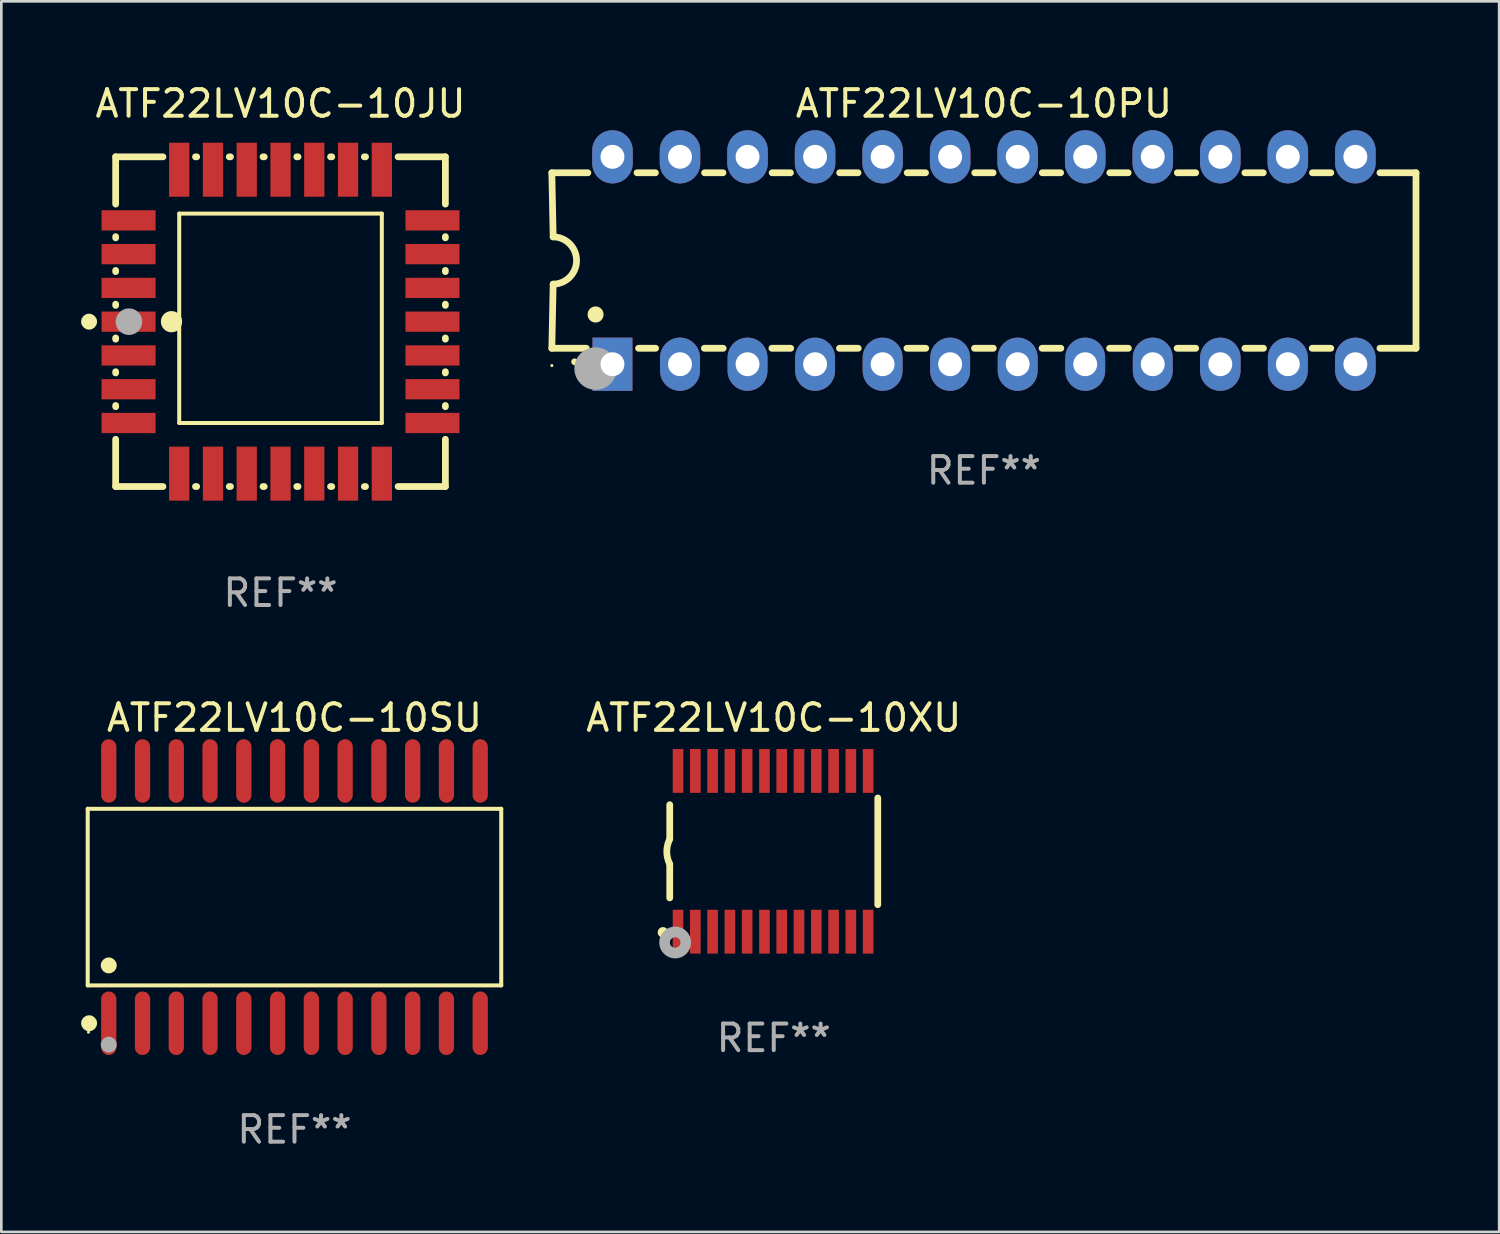
<source format=kicad_pcb>
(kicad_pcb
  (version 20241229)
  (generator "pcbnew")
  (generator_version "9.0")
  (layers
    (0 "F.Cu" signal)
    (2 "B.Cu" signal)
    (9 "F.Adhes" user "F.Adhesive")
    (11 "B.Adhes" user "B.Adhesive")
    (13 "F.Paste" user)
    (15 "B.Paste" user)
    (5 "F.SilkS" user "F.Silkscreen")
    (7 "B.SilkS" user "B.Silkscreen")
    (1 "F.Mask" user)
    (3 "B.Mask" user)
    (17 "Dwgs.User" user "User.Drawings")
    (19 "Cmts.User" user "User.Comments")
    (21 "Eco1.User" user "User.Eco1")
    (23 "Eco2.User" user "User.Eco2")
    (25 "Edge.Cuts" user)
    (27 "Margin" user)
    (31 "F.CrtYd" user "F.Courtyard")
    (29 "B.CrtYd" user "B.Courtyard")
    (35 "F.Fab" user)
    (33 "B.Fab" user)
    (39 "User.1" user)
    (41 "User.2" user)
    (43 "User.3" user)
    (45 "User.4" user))
  (footprint "ATF22LV10C-10SU"
    (layer "F.Cu")
    (at 8.025 30.689)
    (property "Reference" "ATF22LV10C-10SU" (at 0 -6.744 0) (layer "F.SilkS") (effects (font (size 1 1) (thickness 0.15))))
    (attr through_hole)
    (fp_line (start -7.776 -3.321) (end 7.776 -3.321) (stroke (width 0.152) (type solid)) (layer "F.SilkS"))
    (fp_line (start -7.776 3.321) (end -7.776 -3.321) (stroke (width 0.152) (type solid)) (layer "F.SilkS"))
    (fp_line (start 7.776 -3.321) (end 7.776 3.321) (stroke (width 0.152) (type solid)) (layer "F.SilkS"))
    (fp_line (start 7.776 3.321) (end -7.776 3.321) (stroke (width 0.152) (type solid)) (layer "F.SilkS"))
    (fp_circle (center -7.747 5.08) (end -7.717 5.08) (stroke (width 0.06) (type solid)) (fill no) (layer "F.SilkS"))
    (fp_circle (center -7.724 4.744) (end -7.574 4.744) (stroke (width 0.3) (type solid)) (fill no) (layer "F.SilkS"))
    (fp_circle (center -6.985 2.569) (end -6.835 2.569) (stroke (width 0.3) (type solid)) (fill no) (layer "F.SilkS"))
    (fp_circle (center -6.985 5.55) (end -6.835 5.55) (stroke (width 0.3) (type solid)) (fill no) (layer "F.Fab"))
    (fp_text user "REF**" (at 0 8.744 0) (layer "F.Fab") (effects (font (size 1 1) (thickness 0.15))))
    (pad "1" smd oval (at -6.985 4.744) (size 0.574 2.388) (layers "F.Cu" "F.Mask" "F.Paste"))
    (pad "2" smd oval (at -5.715 4.744) (size 0.574 2.388) (layers "F.Cu" "F.Mask" "F.Paste"))
    (pad "3" smd oval (at -4.445 4.744) (size 0.574 2.388) (layers "F.Cu" "F.Mask" "F.Paste"))
    (pad "4" smd oval (at -3.175 4.744) (size 0.574 2.388) (layers "F.Cu" "F.Mask" "F.Paste"))
    (pad "5" smd oval (at -1.905 4.744) (size 0.574 2.388) (layers "F.Cu" "F.Mask" "F.Paste"))
    (pad "6" smd oval (at -0.635 4.744) (size 0.574 2.388) (layers "F.Cu" "F.Mask" "F.Paste"))
    (pad "7" smd oval (at 0.635 4.744) (size 0.574 2.388) (layers "F.Cu" "F.Mask" "F.Paste"))
    (pad "8" smd oval (at 1.905 4.744) (size 0.574 2.388) (layers "F.Cu" "F.Mask" "F.Paste"))
    (pad "9" smd oval (at 3.175 4.744) (size 0.574 2.388) (layers "F.Cu" "F.Mask" "F.Paste"))
    (pad "10" smd oval (at 4.445 4.744) (size 0.574 2.388) (layers "F.Cu" "F.Mask" "F.Paste"))
    (pad "11" smd oval (at 5.715 4.744) (size 0.574 2.388) (layers "F.Cu" "F.Mask" "F.Paste"))
    (pad "12" smd oval (at 6.985 4.744) (size 0.574 2.388) (layers "F.Cu" "F.Mask" "F.Paste"))
    (pad "13" smd oval (at 6.985 -4.744) (size 0.574 2.388) (layers "F.Cu" "F.Mask" "F.Paste"))
    (pad "14" smd oval (at 5.715 -4.744) (size 0.574 2.388) (layers "F.Cu" "F.Mask" "F.Paste"))
    (pad "15" smd oval (at 4.445 -4.744) (size 0.574 2.388) (layers "F.Cu" "F.Mask" "F.Paste"))
    (pad "16" smd oval (at 3.175 -4.744) (size 0.574 2.388) (layers "F.Cu" "F.Mask" "F.Paste"))
    (pad "17" smd oval (at 1.905 -4.744) (size 0.574 2.388) (layers "F.Cu" "F.Mask" "F.Paste"))
    (pad "18" smd oval (at 0.635 -4.744) (size 0.574 2.388) (layers "F.Cu" "F.Mask" "F.Paste"))
    (pad "19" smd oval (at -0.635 -4.744) (size 0.574 2.388) (layers "F.Cu" "F.Mask" "F.Paste"))
    (pad "20" smd oval (at -1.905 -4.744) (size 0.574 2.388) (layers "F.Cu" "F.Mask" "F.Paste"))
    (pad "21" smd oval (at -3.175 -4.744) (size 0.574 2.388) (layers "F.Cu" "F.Mask" "F.Paste"))
    (pad "22" smd oval (at -4.445 -4.744) (size 0.574 2.388) (layers "F.Cu" "F.Mask" "F.Paste"))
    (pad "23" smd oval (at -5.715 -4.744) (size 0.574 2.388) (layers "F.Cu" "F.Mask" "F.Paste"))
    (pad "24" smd oval (at -6.985 -4.744) (size 0.574 2.388) (layers "F.Cu" "F.Mask" "F.Paste")))
  (footprint "ATF22LV10C-10JU"
    (layer "F.Cu")
    (at 7.5 9.048)
    (property "Reference" "ATF22LV10C-10JU" (at 0 -8.2 0) (layer "F.SilkS") (effects (font (size 1 1) (thickness 0.15))))
    (attr through_hole)
    (fp_line (start -6.2 -6.2) (end -4.422 -6.2) (stroke (width 0.254) (type solid)) (layer "F.SilkS"))
    (fp_line (start -6.2 -4.422) (end -6.2 -6.2) (stroke (width 0.254) (type solid)) (layer "F.SilkS"))
    (fp_line (start -6.2 -3.152) (end -6.2 -3.198) (stroke (width 0.254) (type solid)) (layer "F.SilkS"))
    (fp_line (start -6.2 -1.882) (end -6.2 -1.928) (stroke (width 0.254) (type solid)) (layer "F.SilkS"))
    (fp_line (start -6.2 -0.612) (end -6.2 -0.658) (stroke (width 0.254) (type solid)) (layer "F.SilkS"))
    (fp_line (start -6.2 0.658) (end -6.2 0.612) (stroke (width 0.254) (type solid)) (layer "F.SilkS"))
    (fp_line (start -6.2 1.928) (end -6.2 1.882) (stroke (width 0.254) (type solid)) (layer "F.SilkS"))
    (fp_line (start -6.2 3.198) (end -6.2 3.152) (stroke (width 0.254) (type solid)) (layer "F.SilkS"))
    (fp_line (start -6.2 6.2) (end -6.2 4.422) (stroke (width 0.254) (type solid)) (layer "F.SilkS"))
    (fp_line (start -4.422 6.2) (end -6.2 6.2) (stroke (width 0.254) (type solid)) (layer "F.SilkS"))
    (fp_line (start -3.81 -4.064) (end 3.81 -4.064) (stroke (width 0.15) (type solid)) (layer "F.SilkS"))
    (fp_line (start -3.81 3.81) (end -3.81 -4.064) (stroke (width 0.15) (type solid)) (layer "F.SilkS"))
    (fp_line (start -3.198 -6.2) (end -3.152 -6.2) (stroke (width 0.254) (type solid)) (layer "F.SilkS"))
    (fp_line (start -3.152 6.2) (end -3.198 6.2) (stroke (width 0.254) (type solid)) (layer "F.SilkS"))
    (fp_line (start -2.54 3.81) (end -3.81 3.81) (stroke (width 0.15) (type solid)) (layer "F.SilkS"))
    (fp_line (start -1.928 -6.2) (end -1.882 -6.2) (stroke (width 0.254) (type solid)) (layer "F.SilkS"))
    (fp_line (start -1.882 6.2) (end -1.928 6.2) (stroke (width 0.254) (type solid)) (layer "F.SilkS"))
    (fp_line (start -0.658 -6.2) (end -0.612 -6.2) (stroke (width 0.254) (type solid)) (layer "F.SilkS"))
    (fp_line (start -0.612 6.2) (end -0.658 6.2) (stroke (width 0.254) (type solid)) (layer "F.SilkS"))
    (fp_line (start 0.612 -6.2) (end 0.658 -6.2) (stroke (width 0.254) (type solid)) (layer "F.SilkS"))
    (fp_line (start 0.658 6.2) (end 0.612 6.2) (stroke (width 0.254) (type solid)) (layer "F.SilkS"))
    (fp_line (start 1.882 -6.2) (end 1.928 -6.2) (stroke (width 0.254) (type solid)) (layer "F.SilkS"))
    (fp_line (start 1.928 6.2) (end 1.882 6.2) (stroke (width 0.254) (type solid)) (layer "F.SilkS"))
    (fp_line (start 3.152 -6.2) (end 3.198 -6.2) (stroke (width 0.254) (type solid)) (layer "F.SilkS"))
    (fp_line (start 3.198 6.2) (end 3.152 6.2) (stroke (width 0.254) (type solid)) (layer "F.SilkS"))
    (fp_line (start 3.81 -4.064) (end 3.81 3.81) (stroke (width 0.15) (type solid)) (layer "F.SilkS"))
    (fp_line (start 3.81 3.81) (end -2.54 3.81) (stroke (width 0.15) (type solid)) (layer "F.SilkS"))
    (fp_line (start 4.422 -6.2) (end 6.2 -6.2) (stroke (width 0.254) (type solid)) (layer "F.SilkS"))
    (fp_line (start 6.2 -6.2) (end 6.2 -4.422) (stroke (width 0.254) (type solid)) (layer "F.SilkS"))
    (fp_line (start 6.2 -3.198) (end 6.2 -3.152) (stroke (width 0.254) (type solid)) (layer "F.SilkS"))
    (fp_line (start 6.2 -1.928) (end 6.2 -1.882) (stroke (width 0.254) (type solid)) (layer "F.SilkS"))
    (fp_line (start 6.2 -0.658) (end 6.2 -0.612) (stroke (width 0.254) (type solid)) (layer "F.SilkS"))
    (fp_line (start 6.2 0.612) (end 6.2 0.658) (stroke (width 0.254) (type solid)) (layer "F.SilkS"))
    (fp_line (start 6.2 1.882) (end 6.2 1.928) (stroke (width 0.254) (type solid)) (layer "F.SilkS"))
    (fp_line (start 6.2 3.152) (end 6.2 3.198) (stroke (width 0.254) (type solid)) (layer "F.SilkS"))
    (fp_line (start 6.2 4.422) (end 6.2 6.2) (stroke (width 0.254) (type solid)) (layer "F.SilkS"))
    (fp_line (start 6.2 6.2) (end 4.422 6.2) (stroke (width 0.254) (type solid)) (layer "F.SilkS"))
    (fp_circle (center -7.2 0) (end -7.05 0) (stroke (width 0.3) (type solid)) (fill no) (layer "F.SilkS"))
    (fp_circle (center -6.223 6.223) (end -6.193 6.223) (stroke (width 0.06) (type solid)) (fill no) (layer "F.SilkS"))
    (fp_circle (center -4.1 0) (end -3.9 0) (stroke (width 0.4) (type solid)) (fill no) (layer "F.SilkS"))
    (fp_circle (center -5.7 0) (end -5.45 0) (stroke (width 0.5) (type solid)) (fill no) (layer "F.Fab"))
    (fp_text user "REF**" (at 0 10.2 0) (layer "F.Fab") (effects (font (size 1 1) (thickness 0.15))))
    (pad "1" smd rect (at -5.715 0) (size 2.032 0.762) (layers "F.Cu" "F.Mask" "F.Paste"))
    (pad "2" smd rect (at -5.715 1.27) (size 2.032 0.762) (layers "F.Cu" "F.Mask" "F.Paste"))
    (pad "3" smd rect (at -5.715 2.54) (size 2.032 0.762) (layers "F.Cu" "F.Mask" "F.Paste"))
    (pad "4" smd rect (at -5.715 3.81) (size 2.032 0.762) (layers "F.Cu" "F.Mask" "F.Paste"))
    (pad "5" smd rect (at -3.81 5.715) (size 0.762 2.032) (layers "F.Cu" "F.Mask" "F.Paste"))
    (pad "6" smd rect (at -2.54 5.715) (size 0.762 2.032) (layers "F.Cu" "F.Mask" "F.Paste"))
    (pad "7" smd rect (at -1.27 5.715) (size 0.762 2.032) (layers "F.Cu" "F.Mask" "F.Paste"))
    (pad "8" smd rect (at 0 5.715) (size 0.762 2.032) (layers "F.Cu" "F.Mask" "F.Paste"))
    (pad "9" smd rect (at 1.27 5.715) (size 0.762 2.032) (layers "F.Cu" "F.Mask" "F.Paste"))
    (pad "10" smd rect (at 2.54 5.715) (size 0.762 2.032) (layers "F.Cu" "F.Mask" "F.Paste"))
    (pad "11" smd rect (at 3.81 5.715) (size 0.762 2.032) (layers "F.Cu" "F.Mask" "F.Paste"))
    (pad "12" smd rect (at 5.715 3.81) (size 2.032 0.762) (layers "F.Cu" "F.Mask" "F.Paste"))
    (pad "13" smd rect (at 5.715 2.54) (size 2.032 0.762) (layers "F.Cu" "F.Mask" "F.Paste"))
    (pad "14" smd rect (at 5.715 1.27) (size 2.032 0.762) (layers "F.Cu" "F.Mask" "F.Paste"))
    (pad "15" smd rect (at 5.715 0) (size 2.032 0.762) (layers "F.Cu" "F.Mask" "F.Paste"))
    (pad "16" smd rect (at 5.715 -1.27) (size 2.032 0.762) (layers "F.Cu" "F.Mask" "F.Paste"))
    (pad "17" smd rect (at 5.715 -2.54) (size 2.032 0.762) (layers "F.Cu" "F.Mask" "F.Paste"))
    (pad "18" smd rect (at 5.715 -3.81) (size 2.032 0.762) (layers "F.Cu" "F.Mask" "F.Paste"))
    (pad "19" smd rect (at 3.81 -5.715) (size 0.762 2.032) (layers "F.Cu" "F.Mask" "F.Paste"))
    (pad "20" smd rect (at 2.54 -5.715) (size 0.762 2.032) (layers "F.Cu" "F.Mask" "F.Paste"))
    (pad "21" smd rect (at 1.27 -5.715) (size 0.762 2.032) (layers "F.Cu" "F.Mask" "F.Paste"))
    (pad "22" smd rect (at 0 -5.715) (size 0.762 2.032) (layers "F.Cu" "F.Mask" "F.Paste"))
    (pad "23" smd rect (at -1.27 -5.715) (size 0.762 2.032) (layers "F.Cu" "F.Mask" "F.Paste"))
    (pad "24" smd rect (at -2.54 -5.715) (size 0.762 2.032) (layers "F.Cu" "F.Mask" "F.Paste"))
    (pad "25" smd rect (at -3.81 -5.715) (size 0.762 2.032) (layers "F.Cu" "F.Mask" "F.Paste"))
    (pad "26" smd rect (at -5.715 -3.81) (size 2.032 0.762) (layers "F.Cu" "F.Mask" "F.Paste"))
    (pad "27" smd rect (at -5.715 -2.54) (size 2.032 0.762) (layers "F.Cu" "F.Mask" "F.Paste"))
    (pad "28" smd rect (at -5.715 -1.27) (size 2.032 0.762) (layers "F.Cu" "F.Mask" "F.Paste")))
  (footprint "ATF22LV10C-10XU"
    (layer "F.Cu")
    (at 26.05 28.967)
    (property "Reference" "ATF22LV10C-10XU" (at 0 -5.023 0) (layer "F.SilkS") (effects (font (size 1 1) (thickness 0.15))))
    (attr through_hole)
    (fp_line (start -3.912 -0.483) (end -3.912 -1.753) (stroke (width 0.254) (type solid)) (layer "F.SilkS"))
    (fp_line (start -3.912 1.753) (end -3.912 0.483) (stroke (width 0.254) (type solid)) (layer "F.SilkS"))
    (fp_line (start 3.912 -2.007) (end 3.912 2.007) (stroke (width 0.254) (type solid)) (layer "F.SilkS"))
    (fp_arc (start -3.911608 0.482601) (mid -4.022537 0.0127) (end -3.911608 -0.457201) (stroke (width 0.254001) (type solid)) (layer "F.SilkS"))
    (fp_circle (center -4.166 3.048) (end -4.066 3.048) (stroke (width 0.2) (type solid)) (fill no) (layer "F.SilkS"))
    (fp_circle (center -3.925 3.186) (end -3.895 3.186) (stroke (width 0.06) (type solid)) (fill no) (layer "F.SilkS"))
    (fp_circle (center -3.708 3.429) (end -3.509 3.429) (stroke (width 0.4) (type solid)) (fill no) (layer "F.Fab"))
    (fp_text user "REF**" (at 0 7.023 0) (layer "F.Fab") (effects (font (size 1 1) (thickness 0.15))))
    (pad "1" smd rect (at -3.6 3.023) (size 0.4 1.65) (layers "F.Cu" "F.Mask" "F.Paste"))
    (pad "2" smd rect (at -2.95 3.023) (size 0.4 1.65) (layers "F.Cu" "F.Mask" "F.Paste"))
    (pad "3" smd rect (at -2.3 3.023) (size 0.4 1.65) (layers "F.Cu" "F.Mask" "F.Paste"))
    (pad "4" smd rect (at -1.65 3.023) (size 0.4 1.65) (layers "F.Cu" "F.Mask" "F.Paste"))
    (pad "5" smd rect (at -1 3.023) (size 0.4 1.65) (layers "F.Cu" "F.Mask" "F.Paste"))
    (pad "6" smd rect (at -0.35 3.023) (size 0.4 1.65) (layers "F.Cu" "F.Mask" "F.Paste"))
    (pad "7" smd rect (at 0.299 3.023) (size 0.4 1.65) (layers "F.Cu" "F.Mask" "F.Paste"))
    (pad "8" smd rect (at 0.95 3.023) (size 0.4 1.65) (layers "F.Cu" "F.Mask" "F.Paste"))
    (pad "9" smd rect (at 1.6 3.023) (size 0.4 1.65) (layers "F.Cu" "F.Mask" "F.Paste"))
    (pad "10" smd rect (at 2.25 3.023) (size 0.4 1.65) (layers "F.Cu" "F.Mask" "F.Paste"))
    (pad "11" smd rect (at 2.9 3.023) (size 0.4 1.65) (layers "F.Cu" "F.Mask" "F.Paste"))
    (pad "12" smd rect (at 3.549 3.023) (size 0.4 1.65) (layers "F.Cu" "F.Mask" "F.Paste"))
    (pad "13" smd rect (at 3.549 -3.023) (size 0.4 1.65) (layers "F.Cu" "F.Mask" "F.Paste"))
    (pad "14" smd rect (at 2.9 -3.023) (size 0.4 1.65) (layers "F.Cu" "F.Mask" "F.Paste"))
    (pad "15" smd rect (at 2.25 -3.023) (size 0.4 1.65) (layers "F.Cu" "F.Mask" "F.Paste"))
    (pad "16" smd rect (at 1.6 -3.023) (size 0.4 1.65) (layers "F.Cu" "F.Mask" "F.Paste"))
    (pad "17" smd rect (at 0.95 -3.023) (size 0.4 1.65) (layers "F.Cu" "F.Mask" "F.Paste"))
    (pad "18" smd rect (at 0.299 -3.023) (size 0.4 1.65) (layers "F.Cu" "F.Mask" "F.Paste"))
    (pad "19" smd rect (at -0.35 -3.023) (size 0.4 1.65) (layers "F.Cu" "F.Mask" "F.Paste"))
    (pad "20" smd rect (at -1 -3.023) (size 0.4 1.65) (layers "F.Cu" "F.Mask" "F.Paste"))
    (pad "21" smd rect (at -1.65 -3.023) (size 0.4 1.65) (layers "F.Cu" "F.Mask" "F.Paste"))
    (pad "22" smd rect (at -2.3 -3.023) (size 0.4 1.65) (layers "F.Cu" "F.Mask" "F.Paste"))
    (pad "23" smd rect (at -2.95 -3.023) (size 0.4 1.65) (layers "F.Cu" "F.Mask" "F.Paste"))
    (pad "24" smd rect (at -3.6 -3.023) (size 0.4 1.65) (layers "F.Cu" "F.Mask" "F.Paste")))
  (footprint "ATF22LV10C-10PU"
    (layer "F.Cu")
    (at 33.954 6.748)
    (property "Reference" "ATF22LV10C-10PU" (at 0 -5.9 0) (layer "F.SilkS") (effects (font (size 1 1) (thickness 0.15))))
    (attr through_hole)
    (fp_line (start -16.25 -3.3) (end -16.2 -0.889) (stroke (width 0.254) (type solid)) (layer "F.SilkS"))
    (fp_line (start -16.25 -3.3) (end -14.895 -3.3) (stroke (width 0.254) (type solid)) (layer "F.SilkS"))
    (fp_line (start -16.25 3.3) (end -16.2 0.889) (stroke (width 0.254) (type solid)) (layer "F.SilkS"))
    (fp_line (start -16.25 3.3) (end -14.951 3.3) (stroke (width 0.254) (type solid)) (layer "F.SilkS"))
    (fp_line (start -13.045 -3.3) (end -12.355 -3.3) (stroke (width 0.254) (type solid)) (layer "F.SilkS"))
    (fp_line (start -12.989 3.3) (end -12.347 3.3) (stroke (width 0.254) (type solid)) (layer "F.SilkS"))
    (fp_line (start -10.514 3.3) (end -9.807 3.3) (stroke (width 0.254) (type solid)) (layer "F.SilkS"))
    (fp_line (start -10.505 -3.3) (end -9.815 -3.3) (stroke (width 0.254) (type solid)) (layer "F.SilkS"))
    (fp_line (start -7.974 3.3) (end -7.267 3.3) (stroke (width 0.254) (type solid)) (layer "F.SilkS"))
    (fp_line (start -7.965 -3.3) (end -7.275 -3.3) (stroke (width 0.254) (type solid)) (layer "F.SilkS"))
    (fp_line (start -5.434 3.3) (end -4.727 3.3) (stroke (width 0.254) (type solid)) (layer "F.SilkS"))
    (fp_line (start -5.425 -3.3) (end -4.735 -3.3) (stroke (width 0.254) (type solid)) (layer "F.SilkS"))
    (fp_line (start -2.894 3.3) (end -2.187 3.3) (stroke (width 0.254) (type solid)) (layer "F.SilkS"))
    (fp_line (start -2.885 -3.3) (end -2.195 -3.3) (stroke (width 0.254) (type solid)) (layer "F.SilkS"))
    (fp_line (start -0.354 3.3) (end 0.353 3.3) (stroke (width 0.254) (type solid)) (layer "F.SilkS"))
    (fp_line (start -0.345 -3.3) (end 0.345 -3.3) (stroke (width 0.254) (type solid)) (layer "F.SilkS"))
    (fp_line (start 2.186 3.3) (end 2.893 3.3) (stroke (width 0.254) (type solid)) (layer "F.SilkS"))
    (fp_line (start 2.195 -3.3) (end 2.885 -3.3) (stroke (width 0.254) (type solid)) (layer "F.SilkS"))
    (fp_line (start 4.726 3.3) (end 5.434 3.3) (stroke (width 0.254) (type solid)) (layer "F.SilkS"))
    (fp_line (start 4.735 -3.3) (end 5.425 -3.3) (stroke (width 0.254) (type solid)) (layer "F.SilkS"))
    (fp_line (start 7.266 3.3) (end 7.965 3.3) (stroke (width 0.254) (type solid)) (layer "F.SilkS"))
    (fp_line (start 7.275 -3.3) (end 7.965 -3.3) (stroke (width 0.254) (type solid)) (layer "F.SilkS"))
    (fp_line (start 9.815 -3.3) (end 10.505 -3.3) (stroke (width 0.254) (type solid)) (layer "F.SilkS"))
    (fp_line (start 9.815 3.3) (end 10.514 3.3) (stroke (width 0.254) (type solid)) (layer "F.SilkS"))
    (fp_line (start 12.346 3.3) (end 13.045 3.3) (stroke (width 0.254) (type solid)) (layer "F.SilkS"))
    (fp_line (start 12.355 -3.3) (end 13.045 -3.3) (stroke (width 0.254) (type solid)) (layer "F.SilkS"))
    (fp_line (start 16.25 -3.3) (end 14.895 -3.3) (stroke (width 0.254) (type solid)) (layer "F.SilkS"))
    (fp_line (start 16.25 -3.3) (end 16.25 3.3) (stroke (width 0.254) (type solid)) (layer "F.SilkS"))
    (fp_line (start 16.25 3.3) (end 14.895 3.3) (stroke (width 0.254) (type solid)) (layer "F.SilkS"))
    (fp_arc (start -16.201016 -0.890146) (mid -15.311429 -0.001055) (end -16.200025 0.889027) (stroke (width 0.254001) (type solid)) (layer "F.SilkS"))
    (fp_arc (start -15.394971 3.810033) (mid -15.394978 3.808763) (end -15.394971 3.807493) (stroke (width 0.25) (type solid)) (layer "F.SilkS"))
    (fp_arc (start -14.605029 2.032029) (mid -14.60504 2.029489) (end -14.605029 2.026949) (stroke (width 0.6) (type solid)) (layer "F.SilkS"))
    (fp_circle (center -16.25 3.95) (end -16.22 3.95) (stroke (width 0.06) (type solid)) (fill no) (layer "F.SilkS"))
    (fp_circle (center -14.605 4.064) (end -14.205 4.064) (stroke (width 0.8) (type solid)) (fill no) (layer "F.Fab"))
    (fp_text user "REF**" (at 0 7.9 0) (layer "F.Fab") (effects (font (size 1 1) (thickness 0.15))))
    (pad "1" thru_hole rect (at -13.97 3.9 90) (size 2 1.5) (drill 0.9) (layers "*.Cu" "*.Mask"))
    (pad "2" thru_hole oval (at -11.43 3.9 90) (size 2 1.5) (drill 0.9) (layers "*.Cu" "*.Mask"))
    (pad "3" thru_hole oval (at -8.89 3.9 90) (size 2 1.5) (drill 0.9) (layers "*.Cu" "*.Mask"))
    (pad "4" thru_hole oval (at -6.35 3.9 90) (size 2 1.5) (drill 0.9) (layers "*.Cu" "*.Mask"))
    (pad "5" thru_hole oval (at -3.81 3.9 90) (size 2 1.5) (drill 0.9) (layers "*.Cu" "*.Mask"))
    (pad "6" thru_hole oval (at -1.27 3.9 90) (size 2 1.5) (drill 0.9) (layers "*.Cu" "*.Mask"))
    (pad "7" thru_hole oval (at 1.27 3.9 90) (size 2 1.5) (drill 0.9) (layers "*.Cu" "*.Mask"))
    (pad "8" thru_hole oval (at 3.81 3.9 90) (size 2 1.5) (drill 0.9) (layers "*.Cu" "*.Mask"))
    (pad "9" thru_hole oval (at 6.35 3.9 90) (size 2 1.5) (drill 0.9) (layers "*.Cu" "*.Mask"))
    (pad "10" thru_hole oval (at 8.89 3.9 90) (size 2 1.524) (drill 0.9) (layers "*.Cu" "*.Mask"))
    (pad "11" thru_hole oval (at 11.43 3.9 90) (size 2 1.5) (drill 0.9) (layers "*.Cu" "*.Mask"))
    (pad "12" thru_hole oval (at 13.97 3.9 90) (size 2 1.524) (drill 0.9) (layers "*.Cu" "*.Mask"))
    (pad "13" thru_hole oval (at 13.97 -3.9 90) (size 2 1.524) (drill 0.9) (layers "*.Cu" "*.Mask"))
    (pad "14" thru_hole oval (at 11.43 -3.9 90) (size 2 1.524) (drill 0.9) (layers "*.Cu" "*.Mask"))
    (pad "15" thru_hole oval (at 8.89 -3.9 90) (size 2 1.524) (drill 0.9) (layers "*.Cu" "*.Mask"))
    (pad "16" thru_hole oval (at 6.35 -3.9 90) (size 2 1.524) (drill 0.9) (layers "*.Cu" "*.Mask"))
    (pad "17" thru_hole oval (at 3.81 -3.9 90) (size 2 1.524) (drill 0.9) (layers "*.Cu" "*.Mask"))
    (pad "18" thru_hole oval (at 1.27 -3.9 90) (size 2 1.524) (drill 0.9) (layers "*.Cu" "*.Mask"))
    (pad "19" thru_hole oval (at -1.27 -3.9 90) (size 2 1.524) (drill 0.9) (layers "*.Cu" "*.Mask"))
    (pad "20" thru_hole oval (at -3.81 -3.9 90) (size 2 1.524) (drill 0.9) (layers "*.Cu" "*.Mask"))
    (pad "21" thru_hole oval (at -6.35 -3.9 90) (size 2 1.524) (drill 0.9) (layers "*.Cu" "*.Mask"))
    (pad "22" thru_hole oval (at -8.89 -3.9 90) (size 2 1.524) (drill 0.9) (layers "*.Cu" "*.Mask"))
    (pad "23" thru_hole oval (at -11.43 -3.9 90) (size 2 1.524) (drill 0.9) (layers "*.Cu" "*.Mask"))
    (pad "24" thru_hole oval (at -13.97 -3.9 90) (size 2 1.524) (drill 0.9) (layers "*.Cu" "*.Mask")))
  (gr_rect
    (start -3 -3)
    (end 53.331 43.281)
    (stroke (width 0.1) (type default))
    (fill no)
    (layer "Edge.Cuts")))
</source>
